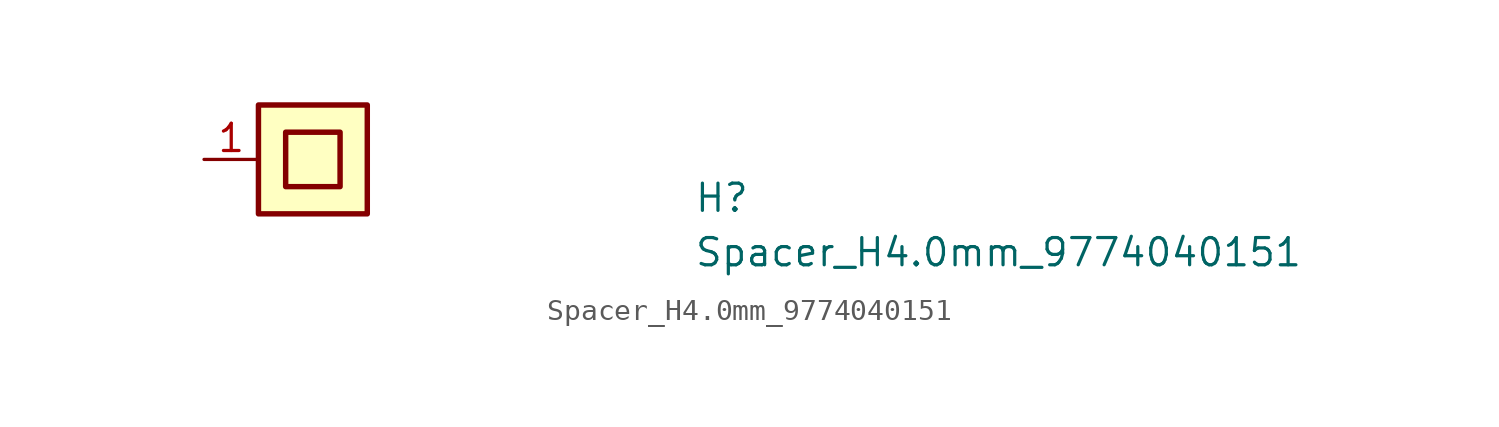
<source format=kicad_sym>
(kicad_symbol_lib
  (version 20211014)
  (generator kicad_symbol_editor)
  (symbol "Spacer_H4.0mm_9774040151"
    (pin_names hide)
    (property "Reference" "H"
      (at 22.86 -2.54 0)
      (effects (font (size 1.27 1.27) (thickness 0.15)) (justify left bottom)))
    (property "Value" "Spacer_H4.0mm_9774040151"
      (at 22.86 -5.08 0)
      (effects (font (size 1.27 1.27) (thickness 0.15)) (justify left bottom)))
    (symbol "Spacer_H4.0mm_9774040151_1_1"
      (rectangle (start 2.54 -2.54) (end 7.62 2.54) (stroke (width 0.254) (type default) (color 0 0 0 0)) (fill (type background)))
      (rectangle (start 3.81 -1.27) (end 6.35 1.27) (stroke (width 0.254) (type default) (color 0 0 0 0)) (fill (type none)))
      (pin passive line (at 0 0 0) (length 2.54) (name "1" (effects (font (size 1.27 1.27)))) (number "1" (effects (font (size 1.27 1.27))))))))
</source>
